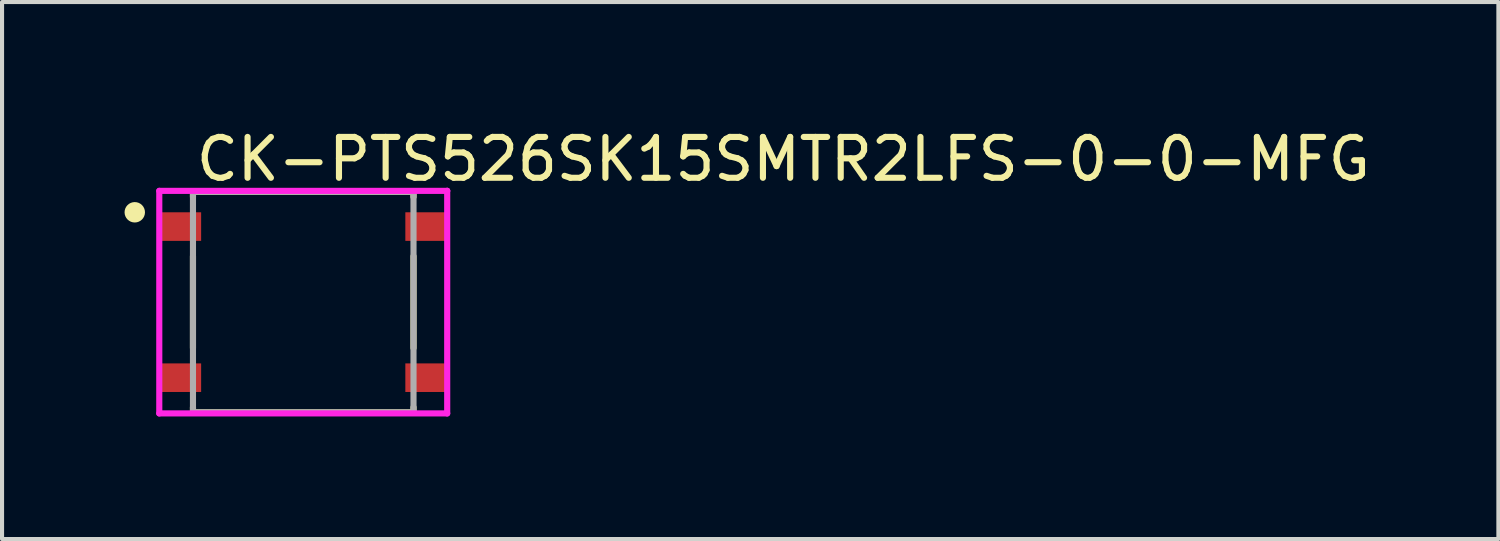
<source format=kicad_pcb>
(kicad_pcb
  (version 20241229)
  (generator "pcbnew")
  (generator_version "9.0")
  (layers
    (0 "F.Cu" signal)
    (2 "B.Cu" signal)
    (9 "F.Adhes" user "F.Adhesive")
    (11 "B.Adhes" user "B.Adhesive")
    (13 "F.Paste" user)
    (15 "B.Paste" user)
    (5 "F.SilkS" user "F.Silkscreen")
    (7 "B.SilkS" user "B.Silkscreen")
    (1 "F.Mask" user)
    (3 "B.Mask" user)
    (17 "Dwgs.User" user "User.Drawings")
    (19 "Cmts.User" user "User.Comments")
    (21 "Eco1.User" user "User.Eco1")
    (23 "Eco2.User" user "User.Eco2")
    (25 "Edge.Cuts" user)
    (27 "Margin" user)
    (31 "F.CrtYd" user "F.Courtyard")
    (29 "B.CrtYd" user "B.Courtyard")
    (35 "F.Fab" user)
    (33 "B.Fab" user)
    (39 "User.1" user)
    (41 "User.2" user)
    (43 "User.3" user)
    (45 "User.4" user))
  (footprint "CK-PTS526SK15SMTR2LFS-0-0-MFG"
    (layer "F.Cu")
    (at 4.375 4.348)
    (property "Reference" "CK-PTS526SK15SMTR2LFS-0-0-MFG" (at -2.7 -3.5 0) (layer "F.SilkS") (effects (font (size 1 1) (thickness 0.15)) (justify left)))
    (attr through_hole)
    (fp_line (start -2.7 -2.7) (end 2.7 -2.7) (stroke (width 0.15) (type solid)) (layer "F.SilkS"))
    (fp_line (start -2.7 -2.575) (end -2.7 -2.7) (stroke (width 0.15) (type solid)) (layer "F.SilkS"))
    (fp_line (start -2.7 1.125) (end -2.7 -1.125) (stroke (width 0.15) (type solid)) (layer "F.SilkS"))
    (fp_line (start -2.7 2.7) (end -2.7 2.575) (stroke (width 0.15) (type solid)) (layer "F.SilkS"))
    (fp_line (start -2.7 2.7) (end 2.7 2.7) (stroke (width 0.15) (type solid)) (layer "F.SilkS"))
    (fp_line (start 2.7 -2.575) (end 2.7 -2.7) (stroke (width 0.15) (type solid)) (layer "F.SilkS"))
    (fp_line (start 2.7 1.125) (end 2.7 -1.125) (stroke (width 0.15) (type solid)) (layer "F.SilkS"))
    (fp_line (start 2.7 2.7) (end 2.7 2.575) (stroke (width 0.15) (type solid)) (layer "F.SilkS"))
    (fp_circle (center -4.125 -2.2) (end -4 -2.2) (stroke (width 0.25) (type solid)) (fill no) (layer "F.SilkS"))
    (fp_line (start -3.525 -2.725) (end -3.525 2.725) (stroke (width 0.15) (type solid)) (layer "F.CrtYd"))
    (fp_line (start -3.525 2.725) (end 3.525 2.725) (stroke (width 0.15) (type solid)) (layer "F.CrtYd"))
    (fp_line (start 3.525 -2.725) (end -3.525 -2.725) (stroke (width 0.15) (type solid)) (layer "F.CrtYd"))
    (fp_line (start 3.525 -2.725) (end 3.525 -2.725) (stroke (width 0.15) (type solid)) (layer "F.CrtYd"))
    (fp_line (start 3.525 2.725) (end 3.525 -2.725) (stroke (width 0.15) (type solid)) (layer "F.CrtYd"))
    (fp_line (start -2.7 -2.7) (end 2.7 -2.7) (stroke (width 0.15) (type solid)) (layer "F.Fab"))
    (fp_line (start -2.7 2.7) (end -2.7 -2.7) (stroke (width 0.15) (type solid)) (layer "F.Fab"))
    (fp_line (start 2.7 -2.7) (end 2.7 2.7) (stroke (width 0.15) (type solid)) (layer "F.Fab"))
    (fp_line (start 2.7 2.7) (end -2.7 2.7) (stroke (width 0.15) (type solid)) (layer "F.Fab"))
    (pad "1" smd rect (at -3 -1.85) (size 1 0.7) (layers "F.Cu" "F.Mask" "F.Paste"))
    (pad "2" smd rect (at 3 -1.85) (size 1 0.7) (layers "F.Cu" "F.Mask" "F.Paste"))
    (pad "3" smd rect (at -3 1.85) (size 1 0.7) (layers "F.Cu" "F.Mask" "F.Paste"))
    (pad "4" smd rect (at 3 1.85) (size 1 0.7) (layers "F.Cu" "F.Mask" "F.Paste")))
  (gr_rect
    (start -3 -3)
    (end 33.639 10.148)
    (stroke (width 0.1) (type default))
    (fill no)
    (layer "Edge.Cuts")))
</source>
